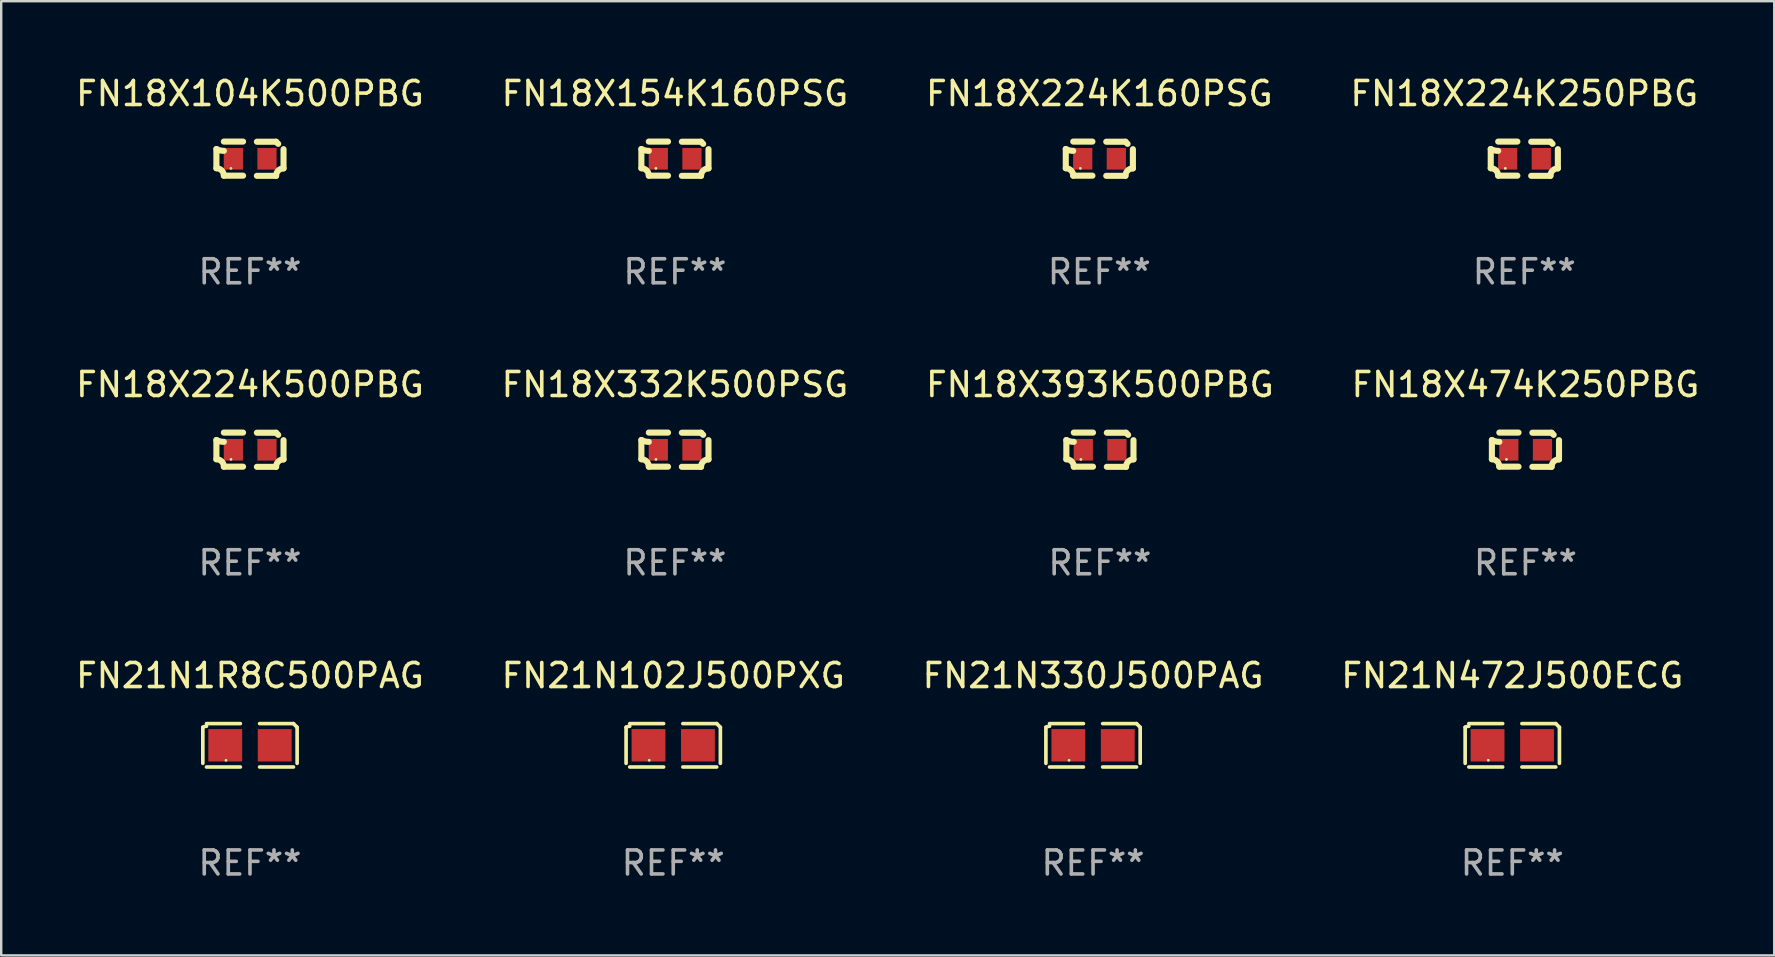
<source format=kicad_pcb>
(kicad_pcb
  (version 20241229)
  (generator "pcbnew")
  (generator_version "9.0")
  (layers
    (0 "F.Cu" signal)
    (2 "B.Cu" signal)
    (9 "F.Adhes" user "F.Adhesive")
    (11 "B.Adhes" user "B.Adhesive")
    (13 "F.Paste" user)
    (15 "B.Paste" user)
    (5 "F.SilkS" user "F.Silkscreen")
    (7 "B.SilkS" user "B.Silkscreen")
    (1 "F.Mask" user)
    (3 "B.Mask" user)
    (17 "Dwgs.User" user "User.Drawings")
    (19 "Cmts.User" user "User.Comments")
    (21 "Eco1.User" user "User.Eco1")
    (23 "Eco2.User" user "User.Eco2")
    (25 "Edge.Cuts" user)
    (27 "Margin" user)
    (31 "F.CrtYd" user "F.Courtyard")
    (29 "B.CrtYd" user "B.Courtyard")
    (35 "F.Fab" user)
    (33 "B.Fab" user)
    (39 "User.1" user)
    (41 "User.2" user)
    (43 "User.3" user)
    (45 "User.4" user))
  (footprint "FN18X393K500PBG"
    (layer "F.Cu")
    (at 42.768 15.683)
    (property "Reference" "FN18X393K500PBG" (at 0 -2.713 0) (layer "F.SilkS") (effects (font (size 1 1) (thickness 0.15))))
    (attr through_hole)
    (fp_line (start -1.398 -0.403) (end -1.398 0.397) (stroke (width 0.254) (type solid)) (layer "F.SilkS"))
    (fp_line (start -0.288 -0.713) (end -1.088 -0.713) (stroke (width 0.254) (type solid)) (layer "F.SilkS"))
    (fp_line (start -0.288 0.707) (end -1.088 0.707) (stroke (width 0.254) (type solid)) (layer "F.SilkS"))
    (fp_line (start 0.288 -0.707) (end 1.088 -0.707) (stroke (width 0.254) (type solid)) (layer "F.SilkS"))
    (fp_line (start 0.288 0.713) (end 1.088 0.713) (stroke (width 0.254) (type solid)) (layer "F.SilkS"))
    (fp_line (start 1.398 -0.397) (end 1.398 0.403) (stroke (width 0.254) (type solid)) (layer "F.SilkS"))
    (fp_arc (start -1.397789 0.397066) (mid -1.178701 0.487826) (end -1.08796 0.706922) (stroke (width 0.254001) (type solid)) (layer "F.SilkS"))
    (fp_arc (start -1.08796 -0.327176) (mid -1.247436 -0.346384) (end -1.39779 -0.402908) (stroke (width 0.254001) (type solid)) (layer "F.SilkS"))
    (fp_arc (start 1.087909 0.712738) (mid 1.178656 0.493655) (end 1.397739 0.402908) (stroke (width 0.254001) (type solid)) (layer "F.SilkS"))
    (fp_arc (start 1.175925 -0.618926) (mid 1.131917 -0.662923) (end 1.08791 -0.706922) (stroke (width 0.254001) (type solid)) (layer "F.SilkS"))
    (fp_circle (center -0.792 0.403) (end -0.762 0.403) (stroke (width 0.06) (type solid)) (fill no) (layer "F.SilkS"))
    (fp_text user "REF**" (at 0 4.713 0) (layer "F.Fab") (effects (font (size 1 1) (thickness 0.15))))
    (pad "1" smd rect (at -0.692 0.003) (size 0.8 0.9) (layers "F.Cu" "F.Mask" "F.Paste"))
    (pad "2" smd rect (at 0.708 0.003) (size 0.8 0.9) (layers "F.Cu" "F.Mask" "F.Paste")))
  (footprint "FN21N102J500PXG"
    (layer "F.Cu")
    (at 24.994 27.996)
    (property "Reference" "FN21N102J500PXG" (at 0 -2.904 0) (layer "F.SilkS") (effects (font (size 1 1) (thickness 0.15))))
    (attr through_hole)
    (fp_line (start -1.964 0.751) (end -1.964 -0.751) (stroke (width 0.152) (type solid)) (layer "F.SilkS"))
    (fp_line (start -1.811 -0.904) (end -0.401 -0.904) (stroke (width 0.152) (type solid)) (layer "F.SilkS"))
    (fp_line (start -0.401 0.904) (end -1.811 0.904) (stroke (width 0.152) (type solid)) (layer "F.SilkS"))
    (fp_line (start 0.401 0.904) (end 1.811 0.904) (stroke (width 0.152) (type solid)) (layer "F.SilkS"))
    (fp_line (start 1.811 -0.904) (end 0.401 -0.904) (stroke (width 0.152) (type solid)) (layer "F.SilkS"))
    (fp_line (start 1.964 0.751) (end 1.964 -0.751) (stroke (width 0.152) (type solid)) (layer "F.SilkS"))
    (fp_arc (start -1.963602 -0.751207) (mid -1.890354 -0.783131) (end -1.811201 -0.794044) (stroke (width 0.1524) (type solid)) (layer "F.SilkS"))
    (fp_arc (start 1.811202 -0.903607) (mid 1.887413 -0.827418) (end 1.963602 -0.751207) (stroke (width 0.1524) (type solid)) (layer "F.SilkS"))
    (fp_circle (center -1 0.625) (end -0.97 0.625) (stroke (width 0.06) (type solid)) (fill no) (layer "F.SilkS"))
    (fp_text user "REF**" (at 0 4.904 0) (layer "F.Fab") (effects (font (size 1 1) (thickness 0.15))))
    (pad "1" smd rect (at -1.03 0) (size 1.41 1.35) (layers "F.Cu" "F.Mask" "F.Paste"))
    (pad "2" smd rect (at 1.03 0) (size 1.41 1.35) (layers "F.Cu" "F.Mask" "F.Paste")))
  (footprint "FN21N472J500ECG"
    (layer "F.Cu")
    (at 59.946 27.996)
    (property "Reference" "FN21N472J500ECG" (at 0 -2.904 0) (layer "F.SilkS") (effects (font (size 1 1) (thickness 0.15))))
    (attr through_hole)
    (fp_line (start -1.964 0.751) (end -1.964 -0.751) (stroke (width 0.152) (type solid)) (layer "F.SilkS"))
    (fp_line (start -1.811 -0.904) (end -0.401 -0.904) (stroke (width 0.152) (type solid)) (layer "F.SilkS"))
    (fp_line (start -0.401 0.904) (end -1.811 0.904) (stroke (width 0.152) (type solid)) (layer "F.SilkS"))
    (fp_line (start 0.401 0.904) (end 1.811 0.904) (stroke (width 0.152) (type solid)) (layer "F.SilkS"))
    (fp_line (start 1.811 -0.904) (end 0.401 -0.904) (stroke (width 0.152) (type solid)) (layer "F.SilkS"))
    (fp_line (start 1.964 0.751) (end 1.964 -0.751) (stroke (width 0.152) (type solid)) (layer "F.SilkS"))
    (fp_arc (start -1.963602 -0.751207) (mid -1.890354 -0.783131) (end -1.811201 -0.794044) (stroke (width 0.1524) (type solid)) (layer "F.SilkS"))
    (fp_arc (start 1.811202 -0.903607) (mid 1.887413 -0.827418) (end 1.963602 -0.751207) (stroke (width 0.1524) (type solid)) (layer "F.SilkS"))
    (fp_circle (center -1 0.625) (end -0.97 0.625) (stroke (width 0.06) (type solid)) (fill no) (layer "F.SilkS"))
    (fp_text user "REF**" (at 0 4.904 0) (layer "F.Fab") (effects (font (size 1 1) (thickness 0.15))))
    (pad "1" smd rect (at -1.03 0) (size 1.41 1.35) (layers "F.Cu" "F.Mask" "F.Paste"))
    (pad "2" smd rect (at 1.03 0) (size 1.41 1.35) (layers "F.Cu" "F.Mask" "F.Paste")))
  (footprint "FN18X104K500PBG"
    (layer "F.Cu")
    (at 7.363 3.561)
    (property "Reference" "FN18X104K500PBG" (at 0 -2.713 0) (layer "F.SilkS") (effects (font (size 1 1) (thickness 0.15))))
    (attr through_hole)
    (fp_line (start -1.398 -0.403) (end -1.398 0.397) (stroke (width 0.254) (type solid)) (layer "F.SilkS"))
    (fp_line (start -0.288 -0.713) (end -1.088 -0.713) (stroke (width 0.254) (type solid)) (layer "F.SilkS"))
    (fp_line (start -0.288 0.707) (end -1.088 0.707) (stroke (width 0.254) (type solid)) (layer "F.SilkS"))
    (fp_line (start 0.288 -0.707) (end 1.088 -0.707) (stroke (width 0.254) (type solid)) (layer "F.SilkS"))
    (fp_line (start 0.288 0.713) (end 1.088 0.713) (stroke (width 0.254) (type solid)) (layer "F.SilkS"))
    (fp_line (start 1.398 -0.397) (end 1.398 0.403) (stroke (width 0.254) (type solid)) (layer "F.SilkS"))
    (fp_arc (start -1.397789 0.397066) (mid -1.178701 0.487826) (end -1.08796 0.706922) (stroke (width 0.254001) (type solid)) (layer "F.SilkS"))
    (fp_arc (start -1.08796 -0.327176) (mid -1.247436 -0.346384) (end -1.39779 -0.402908) (stroke (width 0.254001) (type solid)) (layer "F.SilkS"))
    (fp_arc (start 1.087909 0.712738) (mid 1.178656 0.493655) (end 1.397739 0.402908) (stroke (width 0.254001) (type solid)) (layer "F.SilkS"))
    (fp_arc (start 1.175925 -0.618926) (mid 1.131917 -0.662923) (end 1.08791 -0.706922) (stroke (width 0.254001) (type solid)) (layer "F.SilkS"))
    (fp_circle (center -0.792 0.403) (end -0.762 0.403) (stroke (width 0.06) (type solid)) (fill no) (layer "F.SilkS"))
    (fp_text user "REF**" (at 0 4.713 0) (layer "F.Fab") (effects (font (size 1 1) (thickness 0.15))))
    (pad "1" smd rect (at -0.692 0.003) (size 0.8 0.9) (layers "F.Cu" "F.Mask" "F.Paste"))
    (pad "2" smd rect (at 0.708 0.003) (size 0.8 0.9) (layers "F.Cu" "F.Mask" "F.Paste")))
  (footprint "FN21N1R8C500PAG"
    (layer "F.Cu")
    (at 7.363 27.996)
    (property "Reference" "FN21N1R8C500PAG" (at 0 -2.904 0) (layer "F.SilkS") (effects (font (size 1 1) (thickness 0.15))))
    (attr through_hole)
    (fp_line (start -1.964 0.751) (end -1.964 -0.751) (stroke (width 0.152) (type solid)) (layer "F.SilkS"))
    (fp_line (start -1.811 -0.904) (end -0.401 -0.904) (stroke (width 0.152) (type solid)) (layer "F.SilkS"))
    (fp_line (start -0.401 0.904) (end -1.811 0.904) (stroke (width 0.152) (type solid)) (layer "F.SilkS"))
    (fp_line (start 0.401 0.904) (end 1.811 0.904) (stroke (width 0.152) (type solid)) (layer "F.SilkS"))
    (fp_line (start 1.811 -0.904) (end 0.401 -0.904) (stroke (width 0.152) (type solid)) (layer "F.SilkS"))
    (fp_line (start 1.964 0.751) (end 1.964 -0.751) (stroke (width 0.152) (type solid)) (layer "F.SilkS"))
    (fp_arc (start -1.963602 -0.751207) (mid -1.890354 -0.783131) (end -1.811201 -0.794044) (stroke (width 0.1524) (type solid)) (layer "F.SilkS"))
    (fp_arc (start 1.811202 -0.903607) (mid 1.887413 -0.827418) (end 1.963602 -0.751207) (stroke (width 0.1524) (type solid)) (layer "F.SilkS"))
    (fp_circle (center -1 0.625) (end -0.97 0.625) (stroke (width 0.06) (type solid)) (fill no) (layer "F.SilkS"))
    (fp_text user "REF**" (at 0 4.904 0) (layer "F.Fab") (effects (font (size 1 1) (thickness 0.15))))
    (pad "1" smd rect (at -1.03 0) (size 1.41 1.35) (layers "F.Cu" "F.Mask" "F.Paste"))
    (pad "2" smd rect (at 1.03 0) (size 1.41 1.35) (layers "F.Cu" "F.Mask" "F.Paste")))
  (footprint "FN18X474K250PBG"
    (layer "F.Cu")
    (at 60.494 15.683)
    (property "Reference" "FN18X474K250PBG" (at 0 -2.713 0) (layer "F.SilkS") (effects (font (size 1 1) (thickness 0.15))))
    (attr through_hole)
    (fp_line (start -1.398 -0.403) (end -1.398 0.397) (stroke (width 0.254) (type solid)) (layer "F.SilkS"))
    (fp_line (start -0.288 -0.713) (end -1.088 -0.713) (stroke (width 0.254) (type solid)) (layer "F.SilkS"))
    (fp_line (start -0.288 0.707) (end -1.088 0.707) (stroke (width 0.254) (type solid)) (layer "F.SilkS"))
    (fp_line (start 0.288 -0.707) (end 1.088 -0.707) (stroke (width 0.254) (type solid)) (layer "F.SilkS"))
    (fp_line (start 0.288 0.713) (end 1.088 0.713) (stroke (width 0.254) (type solid)) (layer "F.SilkS"))
    (fp_line (start 1.398 -0.397) (end 1.398 0.403) (stroke (width 0.254) (type solid)) (layer "F.SilkS"))
    (fp_arc (start -1.397789 0.397066) (mid -1.178701 0.487826) (end -1.08796 0.706922) (stroke (width 0.254001) (type solid)) (layer "F.SilkS"))
    (fp_arc (start -1.08796 -0.327176) (mid -1.247436 -0.346384) (end -1.39779 -0.402908) (stroke (width 0.254001) (type solid)) (layer "F.SilkS"))
    (fp_arc (start 1.087909 0.712738) (mid 1.178656 0.493655) (end 1.397739 0.402908) (stroke (width 0.254001) (type solid)) (layer "F.SilkS"))
    (fp_arc (start 1.175925 -0.618926) (mid 1.131917 -0.662923) (end 1.08791 -0.706922) (stroke (width 0.254001) (type solid)) (layer "F.SilkS"))
    (fp_circle (center -0.792 0.403) (end -0.762 0.403) (stroke (width 0.06) (type solid)) (fill no) (layer "F.SilkS"))
    (fp_text user "REF**" (at 0 4.713 0) (layer "F.Fab") (effects (font (size 1 1) (thickness 0.15))))
    (pad "1" smd rect (at -0.692 0.003) (size 0.8 0.9) (layers "F.Cu" "F.Mask" "F.Paste"))
    (pad "2" smd rect (at 0.708 0.003) (size 0.8 0.9) (layers "F.Cu" "F.Mask" "F.Paste")))
  (footprint "FN21N330J500PAG"
    (layer "F.Cu")
    (at 42.482 27.996)
    (property "Reference" "FN21N330J500PAG" (at 0 -2.904 0) (layer "F.SilkS") (effects (font (size 1 1) (thickness 0.15))))
    (attr through_hole)
    (fp_line (start -1.964 0.751) (end -1.964 -0.751) (stroke (width 0.152) (type solid)) (layer "F.SilkS"))
    (fp_line (start -1.811 -0.904) (end -0.401 -0.904) (stroke (width 0.152) (type solid)) (layer "F.SilkS"))
    (fp_line (start -0.401 0.904) (end -1.811 0.904) (stroke (width 0.152) (type solid)) (layer "F.SilkS"))
    (fp_line (start 0.401 0.904) (end 1.811 0.904) (stroke (width 0.152) (type solid)) (layer "F.SilkS"))
    (fp_line (start 1.811 -0.904) (end 0.401 -0.904) (stroke (width 0.152) (type solid)) (layer "F.SilkS"))
    (fp_line (start 1.964 0.751) (end 1.964 -0.751) (stroke (width 0.152) (type solid)) (layer "F.SilkS"))
    (fp_arc (start -1.963602 -0.751207) (mid -1.890354 -0.783131) (end -1.811201 -0.794044) (stroke (width 0.1524) (type solid)) (layer "F.SilkS"))
    (fp_arc (start 1.811202 -0.903607) (mid 1.887413 -0.827418) (end 1.963602 -0.751207) (stroke (width 0.1524) (type solid)) (layer "F.SilkS"))
    (fp_circle (center -1 0.625) (end -0.97 0.625) (stroke (width 0.06) (type solid)) (fill no) (layer "F.SilkS"))
    (fp_text user "REF**" (at 0 4.904 0) (layer "F.Fab") (effects (font (size 1 1) (thickness 0.15))))
    (pad "1" smd rect (at -1.03 0) (size 1.41 1.35) (layers "F.Cu" "F.Mask" "F.Paste"))
    (pad "2" smd rect (at 1.03 0) (size 1.41 1.35) (layers "F.Cu" "F.Mask" "F.Paste")))
  (footprint "FN18X224K250PBG"
    (layer "F.Cu")
    (at 60.446 3.561)
    (property "Reference" "FN18X224K250PBG" (at 0 -2.713 0) (layer "F.SilkS") (effects (font (size 1 1) (thickness 0.15))))
    (attr through_hole)
    (fp_line (start -1.398 -0.403) (end -1.398 0.397) (stroke (width 0.254) (type solid)) (layer "F.SilkS"))
    (fp_line (start -0.288 -0.713) (end -1.088 -0.713) (stroke (width 0.254) (type solid)) (layer "F.SilkS"))
    (fp_line (start -0.288 0.707) (end -1.088 0.707) (stroke (width 0.254) (type solid)) (layer "F.SilkS"))
    (fp_line (start 0.288 -0.707) (end 1.088 -0.707) (stroke (width 0.254) (type solid)) (layer "F.SilkS"))
    (fp_line (start 0.288 0.713) (end 1.088 0.713) (stroke (width 0.254) (type solid)) (layer "F.SilkS"))
    (fp_line (start 1.398 -0.397) (end 1.398 0.403) (stroke (width 0.254) (type solid)) (layer "F.SilkS"))
    (fp_arc (start -1.397789 0.397066) (mid -1.178701 0.487826) (end -1.08796 0.706922) (stroke (width 0.254001) (type solid)) (layer "F.SilkS"))
    (fp_arc (start -1.08796 -0.327176) (mid -1.247436 -0.346384) (end -1.39779 -0.402908) (stroke (width 0.254001) (type solid)) (layer "F.SilkS"))
    (fp_arc (start 1.087909 0.712738) (mid 1.178656 0.493655) (end 1.397739 0.402908) (stroke (width 0.254001) (type solid)) (layer "F.SilkS"))
    (fp_arc (start 1.175925 -0.618926) (mid 1.131917 -0.662923) (end 1.08791 -0.706922) (stroke (width 0.254001) (type solid)) (layer "F.SilkS"))
    (fp_circle (center -0.792 0.403) (end -0.762 0.403) (stroke (width 0.06) (type solid)) (fill no) (layer "F.SilkS"))
    (fp_text user "REF**" (at 0 4.713 0) (layer "F.Fab") (effects (font (size 1 1) (thickness 0.15))))
    (pad "1" smd rect (at -0.692 0.003) (size 0.8 0.9) (layers "F.Cu" "F.Mask" "F.Paste"))
    (pad "2" smd rect (at 0.708 0.003) (size 0.8 0.9) (layers "F.Cu" "F.Mask" "F.Paste")))
  (footprint "FN18X154K160PSG"
    (layer "F.Cu")
    (at 25.065 3.561)
    (property "Reference" "FN18X154K160PSG" (at 0 -2.713 0) (layer "F.SilkS") (effects (font (size 1 1) (thickness 0.15))))
    (attr through_hole)
    (fp_line (start -1.398 -0.403) (end -1.398 0.397) (stroke (width 0.254) (type solid)) (layer "F.SilkS"))
    (fp_line (start -0.288 -0.713) (end -1.088 -0.713) (stroke (width 0.254) (type solid)) (layer "F.SilkS"))
    (fp_line (start -0.288 0.707) (end -1.088 0.707) (stroke (width 0.254) (type solid)) (layer "F.SilkS"))
    (fp_line (start 0.288 -0.707) (end 1.088 -0.707) (stroke (width 0.254) (type solid)) (layer "F.SilkS"))
    (fp_line (start 0.288 0.713) (end 1.088 0.713) (stroke (width 0.254) (type solid)) (layer "F.SilkS"))
    (fp_line (start 1.398 -0.397) (end 1.398 0.403) (stroke (width 0.254) (type solid)) (layer "F.SilkS"))
    (fp_arc (start -1.397789 0.397066) (mid -1.178701 0.487826) (end -1.08796 0.706922) (stroke (width 0.254001) (type solid)) (layer "F.SilkS"))
    (fp_arc (start -1.08796 -0.327176) (mid -1.247436 -0.346384) (end -1.39779 -0.402908) (stroke (width 0.254001) (type solid)) (layer "F.SilkS"))
    (fp_arc (start 1.087909 0.712738) (mid 1.178656 0.493655) (end 1.397739 0.402908) (stroke (width 0.254001) (type solid)) (layer "F.SilkS"))
    (fp_arc (start 1.175925 -0.618926) (mid 1.131917 -0.662923) (end 1.08791 -0.706922) (stroke (width 0.254001) (type solid)) (layer "F.SilkS"))
    (fp_circle (center -0.792 0.403) (end -0.762 0.403) (stroke (width 0.06) (type solid)) (fill no) (layer "F.SilkS"))
    (fp_text user "REF**" (at 0 4.713 0) (layer "F.Fab") (effects (font (size 1 1) (thickness 0.15))))
    (pad "1" smd rect (at -0.692 0.003) (size 0.8 0.9) (layers "F.Cu" "F.Mask" "F.Paste"))
    (pad "2" smd rect (at 0.708 0.003) (size 0.8 0.9) (layers "F.Cu" "F.Mask" "F.Paste")))
  (footprint "FN18X332K500PSG"
    (layer "F.Cu")
    (at 25.065 15.683)
    (property "Reference" "FN18X332K500PSG" (at 0 -2.713 0) (layer "F.SilkS") (effects (font (size 1 1) (thickness 0.15))))
    (attr through_hole)
    (fp_line (start -1.398 -0.403) (end -1.398 0.397) (stroke (width 0.254) (type solid)) (layer "F.SilkS"))
    (fp_line (start -0.288 -0.713) (end -1.088 -0.713) (stroke (width 0.254) (type solid)) (layer "F.SilkS"))
    (fp_line (start -0.288 0.707) (end -1.088 0.707) (stroke (width 0.254) (type solid)) (layer "F.SilkS"))
    (fp_line (start 0.288 -0.707) (end 1.088 -0.707) (stroke (width 0.254) (type solid)) (layer "F.SilkS"))
    (fp_line (start 0.288 0.713) (end 1.088 0.713) (stroke (width 0.254) (type solid)) (layer "F.SilkS"))
    (fp_line (start 1.398 -0.397) (end 1.398 0.403) (stroke (width 0.254) (type solid)) (layer "F.SilkS"))
    (fp_arc (start -1.397789 0.397066) (mid -1.178701 0.487826) (end -1.08796 0.706922) (stroke (width 0.254001) (type solid)) (layer "F.SilkS"))
    (fp_arc (start -1.08796 -0.327176) (mid -1.247436 -0.346384) (end -1.39779 -0.402908) (stroke (width 0.254001) (type solid)) (layer "F.SilkS"))
    (fp_arc (start 1.087909 0.712738) (mid 1.178656 0.493655) (end 1.397739 0.402908) (stroke (width 0.254001) (type solid)) (layer "F.SilkS"))
    (fp_arc (start 1.175925 -0.618926) (mid 1.131917 -0.662923) (end 1.08791 -0.706922) (stroke (width 0.254001) (type solid)) (layer "F.SilkS"))
    (fp_circle (center -0.792 0.403) (end -0.762 0.403) (stroke (width 0.06) (type solid)) (fill no) (layer "F.SilkS"))
    (fp_text user "REF**" (at 0 4.713 0) (layer "F.Fab") (effects (font (size 1 1) (thickness 0.15))))
    (pad "1" smd rect (at -0.692 0.003) (size 0.8 0.9) (layers "F.Cu" "F.Mask" "F.Paste"))
    (pad "2" smd rect (at 0.708 0.003) (size 0.8 0.9) (layers "F.Cu" "F.Mask" "F.Paste")))
  (footprint "FN18X224K160PSG"
    (layer "F.Cu")
    (at 42.744 3.561)
    (property "Reference" "FN18X224K160PSG" (at 0 -2.713 0) (layer "F.SilkS") (effects (font (size 1 1) (thickness 0.15))))
    (attr through_hole)
    (fp_line (start -1.398 -0.403) (end -1.398 0.397) (stroke (width 0.254) (type solid)) (layer "F.SilkS"))
    (fp_line (start -0.288 -0.713) (end -1.088 -0.713) (stroke (width 0.254) (type solid)) (layer "F.SilkS"))
    (fp_line (start -0.288 0.707) (end -1.088 0.707) (stroke (width 0.254) (type solid)) (layer "F.SilkS"))
    (fp_line (start 0.288 -0.707) (end 1.088 -0.707) (stroke (width 0.254) (type solid)) (layer "F.SilkS"))
    (fp_line (start 0.288 0.713) (end 1.088 0.713) (stroke (width 0.254) (type solid)) (layer "F.SilkS"))
    (fp_line (start 1.398 -0.397) (end 1.398 0.403) (stroke (width 0.254) (type solid)) (layer "F.SilkS"))
    (fp_arc (start -1.397789 0.397066) (mid -1.178701 0.487826) (end -1.08796 0.706922) (stroke (width 0.254001) (type solid)) (layer "F.SilkS"))
    (fp_arc (start -1.08796 -0.327176) (mid -1.247436 -0.346384) (end -1.39779 -0.402908) (stroke (width 0.254001) (type solid)) (layer "F.SilkS"))
    (fp_arc (start 1.087909 0.712738) (mid 1.178656 0.493655) (end 1.397739 0.402908) (stroke (width 0.254001) (type solid)) (layer "F.SilkS"))
    (fp_arc (start 1.175925 -0.618926) (mid 1.131917 -0.662923) (end 1.08791 -0.706922) (stroke (width 0.254001) (type solid)) (layer "F.SilkS"))
    (fp_circle (center -0.792 0.403) (end -0.762 0.403) (stroke (width 0.06) (type solid)) (fill no) (layer "F.SilkS"))
    (fp_text user "REF**" (at 0 4.713 0) (layer "F.Fab") (effects (font (size 1 1) (thickness 0.15))))
    (pad "1" smd rect (at -0.692 0.003) (size 0.8 0.9) (layers "F.Cu" "F.Mask" "F.Paste"))
    (pad "2" smd rect (at 0.708 0.003) (size 0.8 0.9) (layers "F.Cu" "F.Mask" "F.Paste")))
  (footprint "FN18X224K500PBG"
    (layer "F.Cu")
    (at 7.363 15.683)
    (property "Reference" "FN18X224K500PBG" (at 0 -2.713 0) (layer "F.SilkS") (effects (font (size 1 1) (thickness 0.15))))
    (attr through_hole)
    (fp_line (start -1.398 -0.403) (end -1.398 0.397) (stroke (width 0.254) (type solid)) (layer "F.SilkS"))
    (fp_line (start -0.288 -0.713) (end -1.088 -0.713) (stroke (width 0.254) (type solid)) (layer "F.SilkS"))
    (fp_line (start -0.288 0.707) (end -1.088 0.707) (stroke (width 0.254) (type solid)) (layer "F.SilkS"))
    (fp_line (start 0.288 -0.707) (end 1.088 -0.707) (stroke (width 0.254) (type solid)) (layer "F.SilkS"))
    (fp_line (start 0.288 0.713) (end 1.088 0.713) (stroke (width 0.254) (type solid)) (layer "F.SilkS"))
    (fp_line (start 1.398 -0.397) (end 1.398 0.403) (stroke (width 0.254) (type solid)) (layer "F.SilkS"))
    (fp_arc (start -1.397789 0.397066) (mid -1.178701 0.487826) (end -1.08796 0.706922) (stroke (width 0.254001) (type solid)) (layer "F.SilkS"))
    (fp_arc (start -1.08796 -0.327176) (mid -1.247436 -0.346384) (end -1.39779 -0.402908) (stroke (width 0.254001) (type solid)) (layer "F.SilkS"))
    (fp_arc (start 1.087909 0.712738) (mid 1.178656 0.493655) (end 1.397739 0.402908) (stroke (width 0.254001) (type solid)) (layer "F.SilkS"))
    (fp_arc (start 1.175925 -0.618926) (mid 1.131917 -0.662923) (end 1.08791 -0.706922) (stroke (width 0.254001) (type solid)) (layer "F.SilkS"))
    (fp_circle (center -0.792 0.403) (end -0.762 0.403) (stroke (width 0.06) (type solid)) (fill no) (layer "F.SilkS"))
    (fp_text user "REF**" (at 0 4.713 0) (layer "F.Fab") (effects (font (size 1 1) (thickness 0.15))))
    (pad "1" smd rect (at -0.692 0.003) (size 0.8 0.9) (layers "F.Cu" "F.Mask" "F.Paste"))
    (pad "2" smd rect (at 0.708 0.003) (size 0.8 0.9) (layers "F.Cu" "F.Mask" "F.Paste")))
  (gr_rect
    (start -3 -3)
    (end 70.857 36.748)
    (stroke (width 0.1) (type default))
    (fill no)
    (layer "Edge.Cuts")))
</source>
